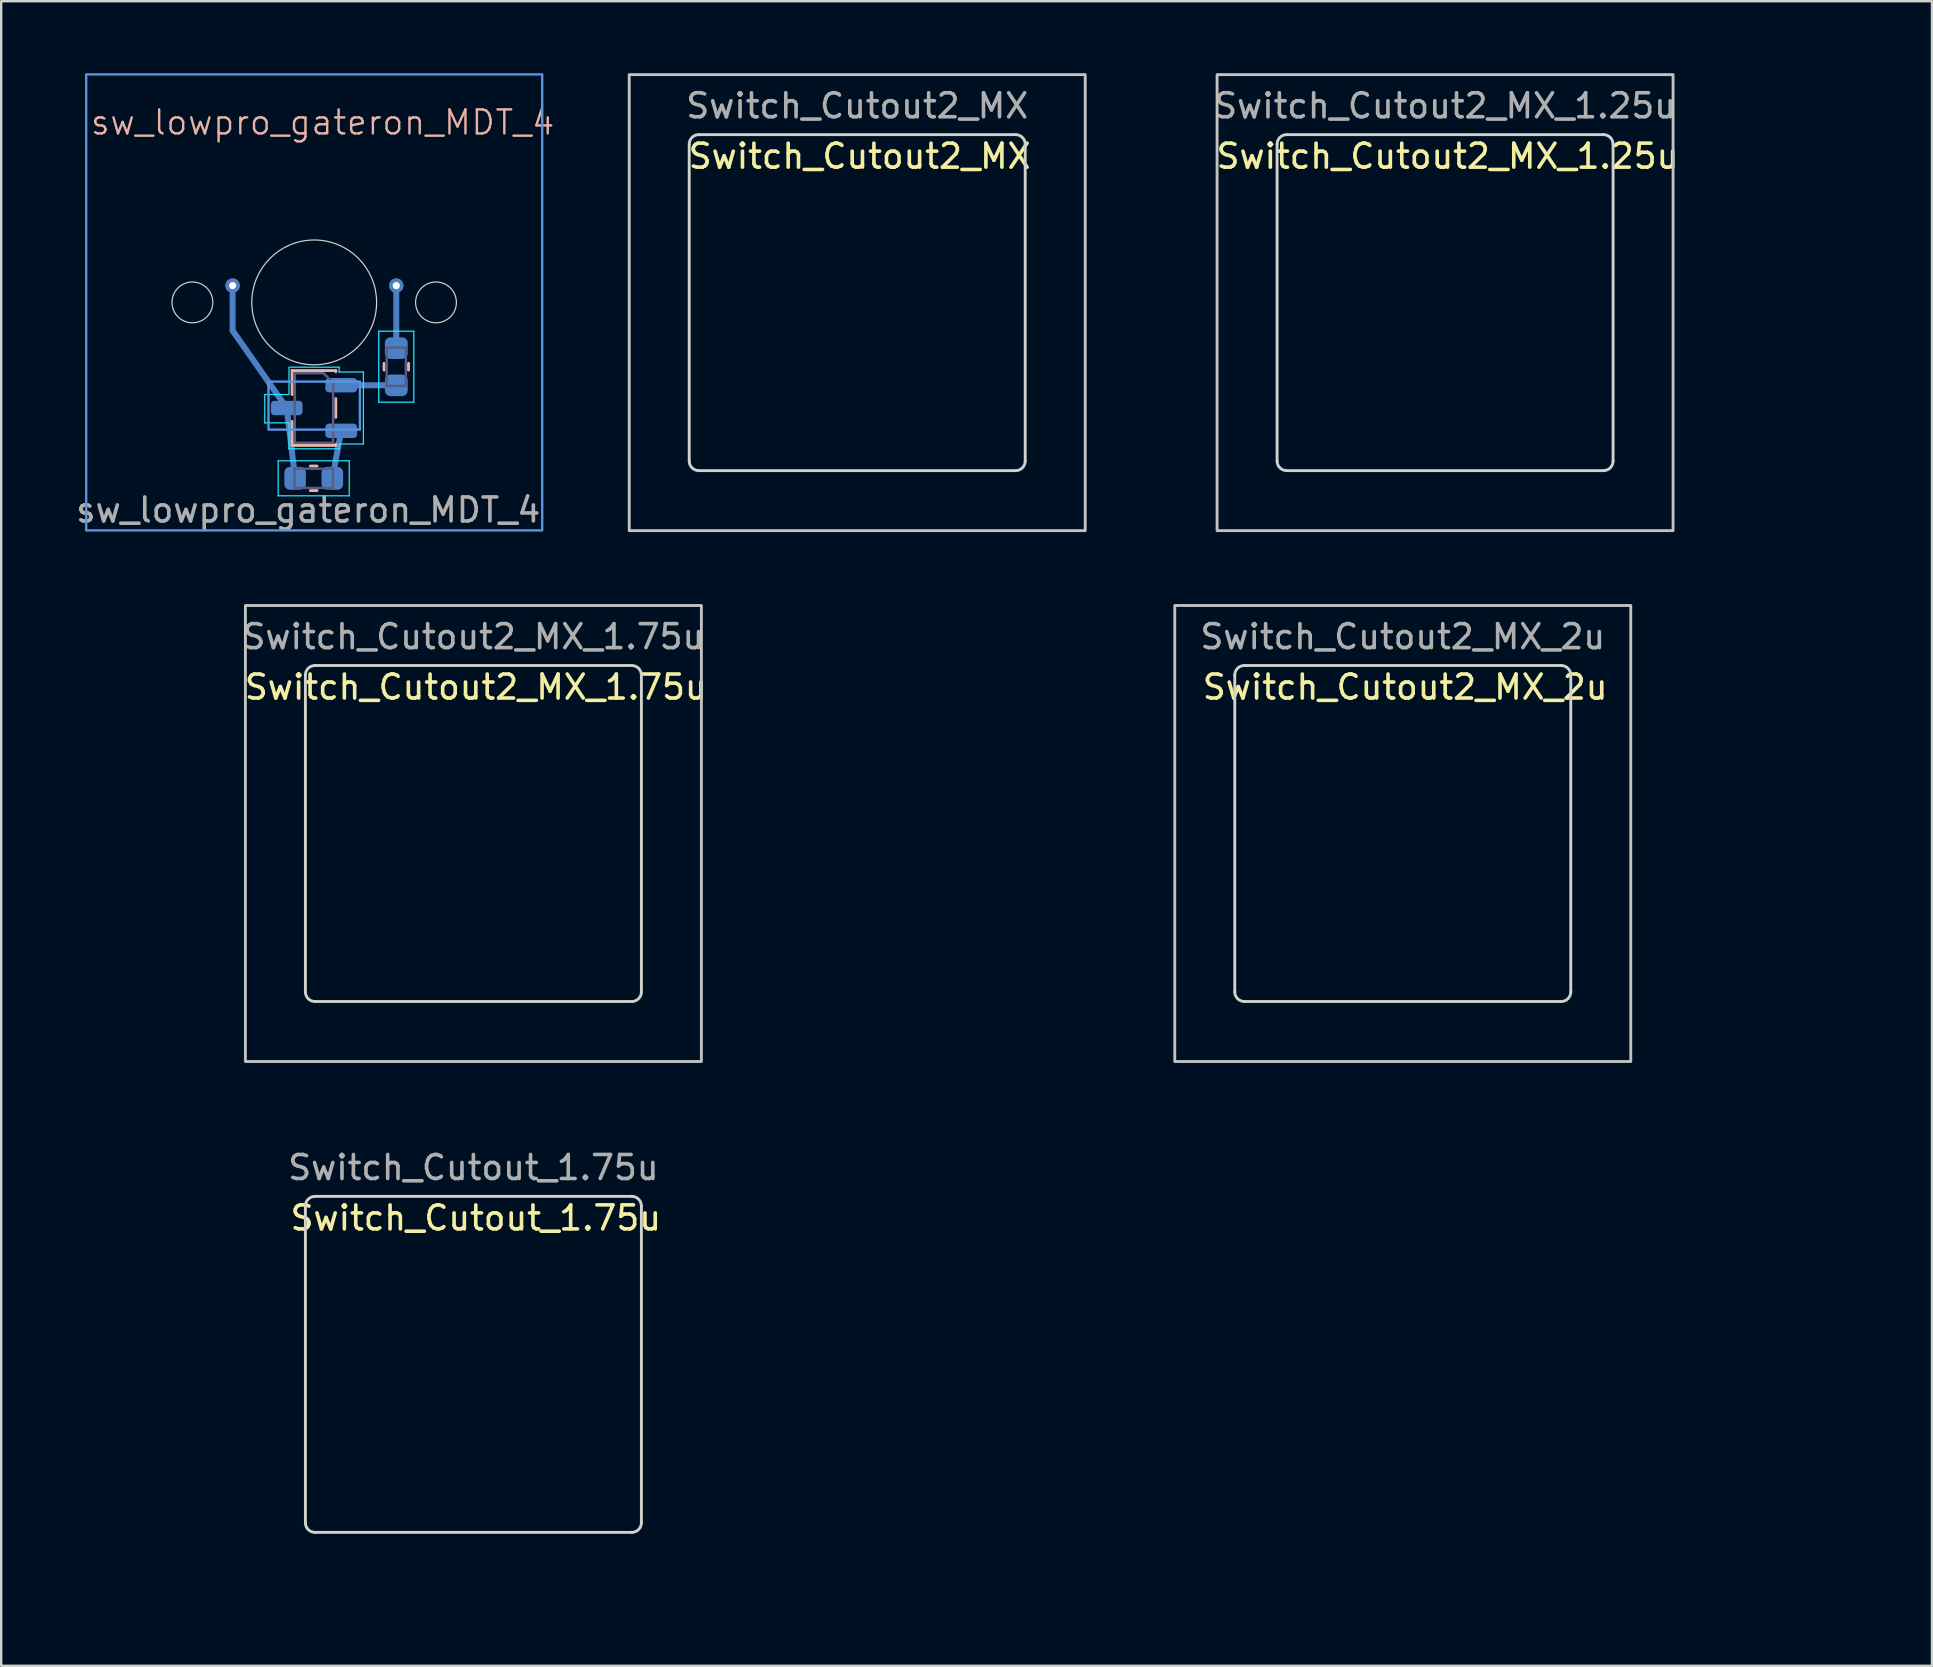
<source format=kicad_pcb>
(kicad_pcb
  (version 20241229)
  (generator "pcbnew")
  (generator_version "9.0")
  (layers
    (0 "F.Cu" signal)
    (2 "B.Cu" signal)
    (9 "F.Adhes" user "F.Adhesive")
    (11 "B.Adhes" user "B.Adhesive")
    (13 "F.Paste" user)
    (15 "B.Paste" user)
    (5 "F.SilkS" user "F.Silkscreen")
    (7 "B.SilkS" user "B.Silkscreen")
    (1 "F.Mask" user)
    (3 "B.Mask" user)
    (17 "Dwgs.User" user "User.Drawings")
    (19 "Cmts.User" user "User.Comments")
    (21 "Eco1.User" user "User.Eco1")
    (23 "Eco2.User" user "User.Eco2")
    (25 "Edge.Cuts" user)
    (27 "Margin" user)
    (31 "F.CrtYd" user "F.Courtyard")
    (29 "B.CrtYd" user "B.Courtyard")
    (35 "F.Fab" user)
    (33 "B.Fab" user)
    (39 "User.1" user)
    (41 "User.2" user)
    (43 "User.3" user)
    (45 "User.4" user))
  (footprint "Switch_Cutout2_MX_2u"
    (layer "F.Cu")
    (at 55.4 31.68)
    (property "Reference" "Switch_Cutout2_MX_2u" (at 0.1 -6.1 0) (layer "F.SilkS") (effects (font (size 1 1) (thickness 0.15))))
    (attr through_hole)
    (fp_rect (start 9.5 -9.5) (end -9.5 9.5) (stroke (width 0.12) (type solid)) (fill no) (layer "Dwgs.User"))
    (fp_line (start -7 -6.6) (end -7 6.6) (stroke (width 0.12) (type solid)) (layer "Edge.Cuts"))
    (fp_line (start -6.6 -7) (end 6.6 -7) (stroke (width 0.12) (type solid)) (layer "Edge.Cuts"))
    (fp_line (start -6.6 7) (end 6.6 7) (stroke (width 0.12) (type solid)) (layer "Edge.Cuts"))
    (fp_line (start 7 -6.6) (end 7 6.6) (stroke (width 0.12) (type solid)) (layer "Edge.Cuts"))
    (fp_arc (start -7 -6.6) (mid -6.882843 -6.882843) (end -6.6 -7) (stroke (width 0.12) (type solid)) (layer "Edge.Cuts"))
    (fp_arc (start -6.6 7) (mid -6.882843 6.882843) (end -7 6.6) (stroke (width 0.12) (type solid)) (layer "Edge.Cuts"))
    (fp_arc (start 6.6 -7) (mid 6.882843 -6.882843) (end 7 -6.6) (stroke (width 0.12) (type solid)) (layer "Edge.Cuts"))
    (fp_arc (start 7 6.6) (mid 6.882843 6.882843) (end 6.6 7) (stroke (width 0.12) (type solid)) (layer "Edge.Cuts"))
    (fp_rect (start -19 -9.5) (end 19 9.5) (stroke (width 0.1) (type default)) (fill no) (layer "User.2"))
    (fp_text user "${REFERENCE}" (at 0 -8.2 0) (layer "F.Fab") (effects (font (size 1 1) (thickness 0.15)))))
  (footprint "Switch_Cutout2_MX"
    (layer "F.Cu")
    (at 32.668 9.56)
    (property "Reference" "Switch_Cutout2_MX" (at 0.1 -6.1 0) (layer "F.SilkS") (effects (font (size 1 1) (thickness 0.15))))
    (attr through_hole)
    (fp_rect (start 9.5 -9.5) (end -9.5 9.5) (stroke (width 0.12) (type solid)) (fill no) (layer "Dwgs.User"))
    (fp_line (start -7 -6.6) (end -7 6.6) (stroke (width 0.12) (type solid)) (layer "Edge.Cuts"))
    (fp_line (start -6.6 -7) (end 6.6 -7) (stroke (width 0.12) (type solid)) (layer "Edge.Cuts"))
    (fp_line (start -6.6 7) (end 6.6 7) (stroke (width 0.12) (type solid)) (layer "Edge.Cuts"))
    (fp_line (start 7 -6.6) (end 7 6.6) (stroke (width 0.12) (type solid)) (layer "Edge.Cuts"))
    (fp_arc (start -7 -6.6) (mid -6.882843 -6.882843) (end -6.6 -7) (stroke (width 0.12) (type solid)) (layer "Edge.Cuts"))
    (fp_arc (start -6.6 7) (mid -6.882843 6.882843) (end -7 6.6) (stroke (width 0.12) (type solid)) (layer "Edge.Cuts"))
    (fp_arc (start 6.6 -7) (mid 6.882843 -6.882843) (end 7 -6.6) (stroke (width 0.12) (type solid)) (layer "Edge.Cuts"))
    (fp_arc (start 7 6.6) (mid 6.882843 6.882843) (end 6.6 7) (stroke (width 0.12) (type solid)) (layer "Edge.Cuts"))
    (fp_text user "${REFERENCE}" (at 0 -8.2 0) (layer "F.Fab") (effects (font (size 1 1) (thickness 0.15)))))
  (footprint "Switch_Cutout_1.75u"
    (layer "F.Cu")
    (at 16.675 53.8)
    (property "Reference" "Switch_Cutout_1.75u" (at 0.1 -6.1 0) (layer "F.SilkS") (effects (font (size 1 1) (thickness 0.15))))
    (attr through_hole)
    (fp_line (start -7 -6.6) (end -7 6.6) (stroke (width 0.12) (type solid)) (layer "Edge.Cuts"))
    (fp_line (start -6.6 -7) (end 6.6 -7) (stroke (width 0.12) (type solid)) (layer "Edge.Cuts"))
    (fp_line (start -6.6 7) (end 6.6 7) (stroke (width 0.12) (type solid)) (layer "Edge.Cuts"))
    (fp_line (start 7 -6.6) (end 7 6.6) (stroke (width 0.12) (type solid)) (layer "Edge.Cuts"))
    (fp_arc (start -7 -6.6) (mid -6.882843 -6.882843) (end -6.6 -7) (stroke (width 0.12) (type solid)) (layer "Edge.Cuts"))
    (fp_arc (start -6.6 7) (mid -6.882843 6.882843) (end -7 6.6) (stroke (width 0.12) (type solid)) (layer "Edge.Cuts"))
    (fp_arc (start 6.6 -7) (mid 6.882843 -6.882843) (end 7 -6.6) (stroke (width 0.12) (type solid)) (layer "Edge.Cuts"))
    (fp_arc (start 7 6.6) (mid 6.882843 6.882843) (end 6.6 7) (stroke (width 0.12) (type solid)) (layer "Edge.Cuts"))
    (fp_rect (start -16.625 -9.5) (end 16.625 9.5) (stroke (width 0.1) (type solid)) (fill no) (layer "User.2"))
    (fp_rect (start 9.5 -9.5) (end -9.5 9.5) (stroke (width 0.12) (type solid)) (fill no) (layer "User.3"))
    (fp_text user "${REFERENCE}" (at 0 -8.2 0) (layer "F.Fab") (effects (font (size 1 1) (thickness 0.15)))))
  (footprint "Switch_Cutout2_MX_1.75u"
    (layer "F.Cu")
    (at 16.675 31.68)
    (property "Reference" "Switch_Cutout2_MX_1.75u" (at 0.1 -6.1 0) (layer "F.SilkS") (effects (font (size 1 1) (thickness 0.15))))
    (attr through_hole)
    (fp_rect (start 9.5 -9.5) (end -9.5 9.5) (stroke (width 0.12) (type solid)) (fill no) (layer "Dwgs.User"))
    (fp_line (start -7 -6.6) (end -7 6.6) (stroke (width 0.12) (type solid)) (layer "Edge.Cuts"))
    (fp_line (start -6.6 -7) (end 6.6 -7) (stroke (width 0.12) (type solid)) (layer "Edge.Cuts"))
    (fp_line (start -6.6 7) (end 6.6 7) (stroke (width 0.12) (type solid)) (layer "Edge.Cuts"))
    (fp_line (start 7 -6.6) (end 7 6.6) (stroke (width 0.12) (type solid)) (layer "Edge.Cuts"))
    (fp_arc (start -7 -6.6) (mid -6.882843 -6.882843) (end -6.6 -7) (stroke (width 0.12) (type solid)) (layer "Edge.Cuts"))
    (fp_arc (start -6.6 7) (mid -6.882843 6.882843) (end -7 6.6) (stroke (width 0.12) (type solid)) (layer "Edge.Cuts"))
    (fp_arc (start 6.6 -7) (mid 6.882843 -6.882843) (end 7 -6.6) (stroke (width 0.12) (type solid)) (layer "Edge.Cuts"))
    (fp_arc (start 7 6.6) (mid 6.882843 6.882843) (end 6.6 7) (stroke (width 0.12) (type solid)) (layer "Edge.Cuts"))
    (fp_rect (start -16.625 -9.5) (end 16.625 9.5) (stroke (width 0.1) (type solid)) (fill no) (layer "User.2"))
    (fp_text user "${REFERENCE}" (at 0 -8.2 0) (layer "F.Fab") (effects (font (size 1 1) (thickness 0.15)))))
  (footprint "Switch_Cutout2_MX_1.25u"
    (layer "F.Cu")
    (at 57.163 9.56)
    (property "Reference" "Switch_Cutout2_MX_1.25u" (at 0.1 -6.1 0) (layer "F.SilkS") (effects (font (size 1 1) (thickness 0.15))))
    (attr through_hole)
    (fp_rect (start 9.5 -9.5) (end -9.5 9.5) (stroke (width 0.12) (type solid)) (fill no) (layer "Dwgs.User"))
    (fp_line (start -7 -6.6) (end -7 6.6) (stroke (width 0.12) (type solid)) (layer "Edge.Cuts"))
    (fp_line (start -6.6 -7) (end 6.6 -7) (stroke (width 0.12) (type solid)) (layer "Edge.Cuts"))
    (fp_line (start -6.6 7) (end 6.6 7) (stroke (width 0.12) (type solid)) (layer "Edge.Cuts"))
    (fp_line (start 7 -6.6) (end 7 6.6) (stroke (width 0.12) (type solid)) (layer "Edge.Cuts"))
    (fp_arc (start -7 -6.6) (mid -6.882843 -6.882843) (end -6.6 -7) (stroke (width 0.12) (type solid)) (layer "Edge.Cuts"))
    (fp_arc (start -6.6 7) (mid -6.882843 6.882843) (end -7 6.6) (stroke (width 0.12) (type solid)) (layer "Edge.Cuts"))
    (fp_arc (start 6.6 -7) (mid 6.882843 -6.882843) (end 7 -6.6) (stroke (width 0.12) (type solid)) (layer "Edge.Cuts"))
    (fp_arc (start 7 6.6) (mid 6.882843 6.882843) (end 6.6 7) (stroke (width 0.12) (type solid)) (layer "Edge.Cuts"))
    (fp_rect (start 11.875 -9.5) (end -11.875 9.5) (stroke (width 0.12) (type solid)) (fill no) (layer "User.2"))
    (fp_text user "${REFERENCE}" (at 0 -8.2 0) (layer "F.Fab") (effects (font (size 1 1) (thickness 0.15)))))
  (footprint "sw_lowpro_gateron_MDT_4"
    (layer "F.Cu")
    (at 10.042 9.55)
    (property "Reference" "sw_lowpro_gateron_MDT_4" (at 0.35 -7.5 0) (unlocked yes) (layer "B.SilkS") (effects (font (size 1 1) (thickness 0.1))))
    (attr smd)
    (fp_line (start -3.4 -0.4) (end -3.4 1.175) (stroke (width 0.25) (type solid)) (layer "B.Cu"))
    (fp_line (start -1.147 4.4) (end -3.4 1.175) (stroke (width 0.25) (type solid)) (layer "B.Cu"))
    (fp_line (start -0.795 7.33) (end -1.147 4.4) (stroke (width 0.25) (type solid)) (layer "B.Cu"))
    (fp_line (start 0.755 7.33) (end 1.127 5.35) (stroke (width 0.25) (type solid)) (layer "B.Cu"))
    (fp_line (start 1.127 3.45) (end 3.42 3.455) (stroke (width 0.25) (type solid)) (layer "B.Cu"))
    (fp_line (start 3.42 1.905) (end 3.42 -0.4) (stroke (width 0.25) (type solid)) (layer "B.Cu"))
    (fp_line (start -0.92 2.84) (end -0.92 3.84) (stroke (width 0.12) (type solid)) (layer "B.SilkS"))
    (fp_line (start -0.92 4.96) (end -0.92 5.96) (stroke (width 0.12) (type solid)) (layer "B.SilkS"))
    (fp_line (start -0.92 5.96) (end 0.9 5.96) (stroke (width 0.12) (type solid)) (layer "B.SilkS"))
    (fp_line (start -0.161 6.82) (end 0.121 6.82) (stroke (width 0.12) (type solid)) (layer "B.SilkS"))
    (fp_line (start -0.161 7.84) (end 0.121 7.84) (stroke (width 0.12) (type solid)) (layer "B.SilkS"))
    (fp_line (start 0.9 2.84) (end -0.92 2.84) (stroke (width 0.12) (type solid)) (layer "B.SilkS"))
    (fp_line (start 0.9 2.89) (end 0.9 2.84) (stroke (width 0.12) (type solid)) (layer "B.SilkS"))
    (fp_line (start 0.9 4.79) (end 0.9 4.01) (stroke (width 0.12) (type solid)) (layer "B.SilkS"))
    (fp_line (start 0.9 5.96) (end 0.9 5.91) (stroke (width 0.12) (type solid)) (layer "B.SilkS"))
    (fp_line (start 2.91 2.821) (end 2.91 2.539) (stroke (width 0.12) (type solid)) (layer "B.SilkS"))
    (fp_line (start 3.93 2.821) (end 3.93 2.539) (stroke (width 0.12) (type solid)) (layer "B.SilkS"))
    (fp_rect (start -9.5 -9.5) (end 9.5 9.5) (stroke (width 0.1) (type solid)) (fill no) (layer "Cmts.User"))
    (fp_rect (start -1.905 3.3) (end 1.905 5.3) (stroke (width 0.1) (type solid)) (fill no) (layer "Cmts.User"))
    (fp_circle (center -5.075 0) (end -4.225 0) (stroke (width 0.05) (type solid)) (fill no) (layer "Edge.Cuts"))
    (fp_circle (center 0 0) (end 2.6 0) (stroke (width 0.05) (type solid)) (fill no) (layer "Edge.Cuts"))
    (fp_circle (center 5.075 0) (end 5.925 0) (stroke (width 0.05) (type solid)) (fill no) (layer "Edge.Cuts"))
    (fp_line (start -2.065 5.02) (end -1.075 5.02) (stroke (width 0.05) (type solid)) (layer "B.CrtYd"))
    (fp_line (start -2.06 3.84) (end -2.06 5.02) (stroke (width 0.05) (type solid)) (layer "B.CrtYd"))
    (fp_line (start -1.5 6.6) (end -1.5 8.06) (stroke (width 0.05) (type solid)) (layer "B.CrtYd"))
    (fp_line (start -1.5 8.06) (end 1.46 8.06) (stroke (width 0.05) (type solid)) (layer "B.CrtYd"))
    (fp_line (start -1.05 2.725) (end -1.05 3.8) (stroke (width 0.05) (type solid)) (layer "B.CrtYd"))
    (fp_line (start -1.05 5.02) (end -1.05 6.1) (stroke (width 0.05) (type solid)) (layer "B.CrtYd"))
    (fp_line (start -1.05 6.1) (end 1.04 6.1) (stroke (width 0.05) (type solid)) (layer "B.CrtYd"))
    (fp_line (start -1.045 3.84) (end -2.055 3.84) (stroke (width 0.05) (type solid)) (layer "B.CrtYd"))
    (fp_line (start 1.04 2.7) (end -1.05 2.7) (stroke (width 0.05) (type solid)) (layer "B.CrtYd"))
    (fp_line (start 1.04 2.9) (end 1.04 2.7) (stroke (width 0.05) (type solid)) (layer "B.CrtYd"))
    (fp_line (start 1.04 5.9) (end 2.05 5.9) (stroke (width 0.05) (type solid)) (layer "B.CrtYd"))
    (fp_line (start 1.04 6.1) (end 1.04 5.9) (stroke (width 0.05) (type solid)) (layer "B.CrtYd"))
    (fp_line (start 1.46 6.6) (end -1.5 6.6) (stroke (width 0.05) (type solid)) (layer "B.CrtYd"))
    (fp_line (start 1.46 8.06) (end 1.46 6.6) (stroke (width 0.05) (type solid)) (layer "B.CrtYd"))
    (fp_line (start 2.05 2.9) (end 1.04 2.9) (stroke (width 0.05) (type solid)) (layer "B.CrtYd"))
    (fp_line (start 2.05 5.9) (end 2.05 2.9) (stroke (width 0.05) (type solid)) (layer "B.CrtYd"))
    (fp_line (start 2.69 1.2) (end 2.69 4.16) (stroke (width 0.05) (type solid)) (layer "B.CrtYd"))
    (fp_line (start 2.69 4.16) (end 4.15 4.16) (stroke (width 0.05) (type solid)) (layer "B.CrtYd"))
    (fp_line (start 4.15 1.2) (end 2.69 1.2) (stroke (width 0.05) (type solid)) (layer "B.CrtYd"))
    (fp_line (start 4.15 4.16) (end 4.15 1.2) (stroke (width 0.05) (type solid)) (layer "B.CrtYd"))
    (fp_line (start -0.82 6.93) (end -0.82 7.73) (stroke (width 0.1) (type solid)) (layer "B.Fab"))
    (fp_line (start -0.82 7.73) (end 0.78 7.73) (stroke (width 0.1) (type solid)) (layer "B.Fab"))
    (fp_line (start 0.78 6.93) (end -0.82 6.93) (stroke (width 0.1) (type solid)) (layer "B.Fab"))
    (fp_line (start 0.78 7.73) (end 0.78 6.93) (stroke (width 0.1) (type solid)) (layer "B.Fab"))
    (fp_line (start 3.02 1.88) (end 3.02 3.48) (stroke (width 0.1) (type solid)) (layer "B.Fab"))
    (fp_line (start 3.02 3.48) (end 3.82 3.48) (stroke (width 0.1) (type solid)) (layer "B.Fab"))
    (fp_line (start 3.82 1.88) (end 3.02 1.88) (stroke (width 0.1) (type solid)) (layer "B.Fab"))
    (fp_line (start 3.82 3.48) (end 3.82 1.88) (stroke (width 0.1) (type solid)) (layer "B.Fab"))
    (fp_poly (pts (xy 0.79 3.35) (xy 0.79 5.85) (xy -0.81 5.85) (xy -0.81 2.95) (xy 0.39 2.95)) (stroke (width 0.1) (type solid)) (fill no) (layer "B.Fab"))
    (fp_rect (start -2.5 -6) (end 2.5 -3.5) (stroke (width 0.1) (type solid)) (fill no) (layer "User.2"))
    (fp_line (start -1.905 4.3) (end 1.905 4.3) (stroke (width 0.1) (type solid)) (layer "User.3"))
    (fp_line (start 0 3.25) (end 0 5.75) (stroke (width 0.1) (type solid)) (layer "User.3"))
    (fp_line (start -7 -7) (end 7 -7) (stroke (width 0.1) (type solid)) (layer "User.4"))
    (fp_line (start -7 7) (end -7 -7) (stroke (width 0.1) (type solid)) (layer "User.4"))
    (fp_line (start 7 -7) (end 7 7) (stroke (width 0.1) (type solid)) (layer "User.4"))
    (fp_line (start 7 7) (end -7 7) (stroke (width 0.1) (type solid)) (layer "User.4"))
    (fp_circle (center 0 4.5) (end 1.25 4.5) (stroke (width 0.1) (type solid)) (fill no) (layer "User.4"))
    (fp_text user "${REFERENCE}" (at -0.25 8.65 0) (unlocked yes) (layer "F.Fab") (effects (font (size 1 1) (thickness 0.15))))
    (pad "1" smd roundrect (at 1.127 3.45) (size 1.325 0.6) (layers "B.Cu" "B.Mask" "B.Paste") (roundrect_rratio 0.25))
    (pad "1" smd roundrect (at 3.42 3.455 270) (size 0.9 0.95) (layers "B.Cu" "B.Mask" "B.Paste") (roundrect_rratio 0.25))
    (pad "2" smd roundrect (at 0.755 7.33 180) (size 0.9 0.95) (layers "B.Cu" "B.Mask" "B.Paste") (roundrect_rratio 0.25))
    (pad "2" smd roundrect (at 1.127 5.35) (size 1.325 0.6) (layers "B.Cu" "B.Mask" "B.Paste") (roundrect_rratio 0.25))
    (pad "3" thru_hole circle (at -3.4 -0.7 270) (size 0.6 0.6) (drill 0.3) (layers "*.Cu" "*.Mask"))
    (pad "3" smd roundrect (at -1.147 4.4) (size 1.325 0.6) (layers "B.Cu" "B.Mask" "B.Paste") (roundrect_rratio 0.25))
    (pad "3" smd roundrect (at -0.795 7.33 180) (size 0.9 0.95) (layers "B.Cu" "B.Mask" "B.Paste") (roundrect_rratio 0.25))
    (pad "3" thru_hole circle (at 3.42 -0.7 270) (size 0.6 0.6) (drill 0.3) (layers "*.Cu" "*.Mask"))
    (pad "3" smd roundrect (at 3.42 1.905 270) (size 0.9 0.95) (layers "B.Cu" "B.Mask" "B.Paste") (roundrect_rratio 0.25))
    (zone (net_name "") (layers "F.Cu" "B.Cu") (hatch edge 0.5) (connect_pads) (min_thickness 0.25) (filled_areas_thickness no) (keepout (tracks allowed) (vias allowed) (pads allowed) (copperpour not_allowed) (footprints allowed)) (placement (enabled no)) (fill) (polygon (pts (xy 3.042 9.55) (xy 17.042 9.55) (xy 17.042 19.05) (xy 3.042 19.05))))
    (zone (net_name "") (layer "User.6") (hatch edge 0.5) (connect_pads) (min_thickness 0.25) (filled_areas_thickness no) (keepout (tracks allowed) (vias allowed) (pads allowed) (copperpour not_allowed) (footprints allowed)) (placement (enabled no)) (fill) (polygon (pts (xy 3.042 9.55) (xy 17.042 9.55) (xy 17.042 19.05) (xy 3.142 19.05)))))
  (gr_rect
    (start -3 -3)
    (end 77.45 66.36)
    (stroke (width 0.1) (type default))
    (fill no)
    (layer "Edge.Cuts")))
</source>
